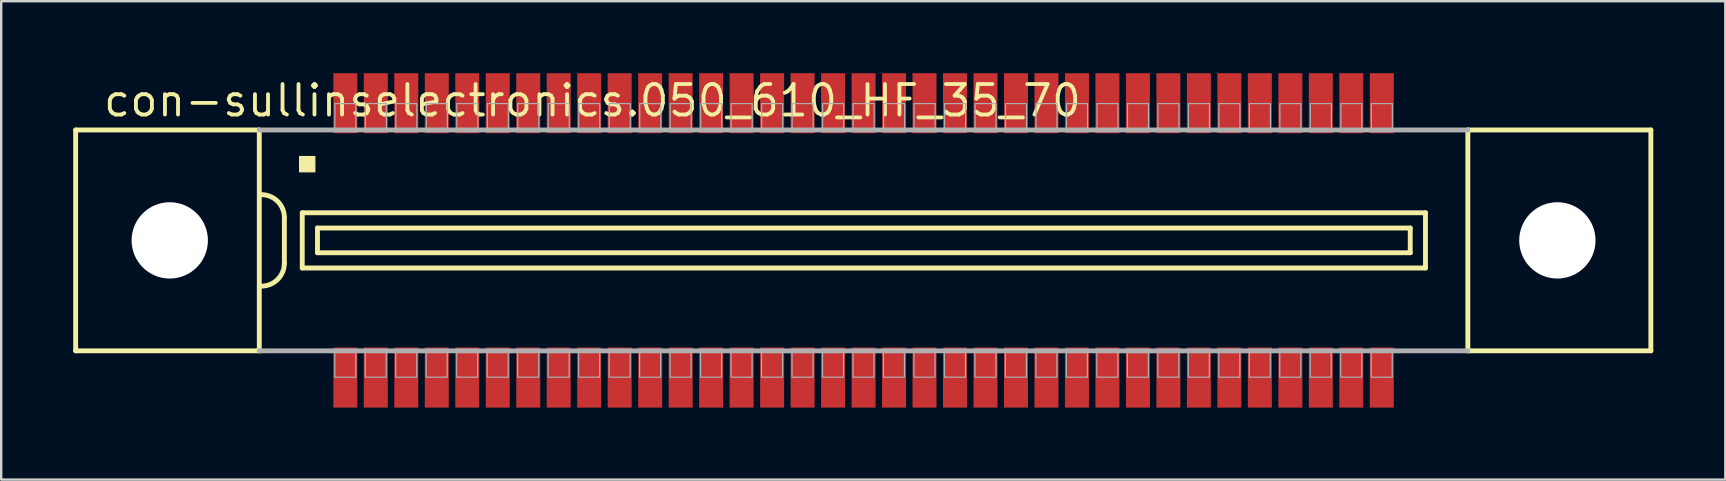
<source format=kicad_pcb>
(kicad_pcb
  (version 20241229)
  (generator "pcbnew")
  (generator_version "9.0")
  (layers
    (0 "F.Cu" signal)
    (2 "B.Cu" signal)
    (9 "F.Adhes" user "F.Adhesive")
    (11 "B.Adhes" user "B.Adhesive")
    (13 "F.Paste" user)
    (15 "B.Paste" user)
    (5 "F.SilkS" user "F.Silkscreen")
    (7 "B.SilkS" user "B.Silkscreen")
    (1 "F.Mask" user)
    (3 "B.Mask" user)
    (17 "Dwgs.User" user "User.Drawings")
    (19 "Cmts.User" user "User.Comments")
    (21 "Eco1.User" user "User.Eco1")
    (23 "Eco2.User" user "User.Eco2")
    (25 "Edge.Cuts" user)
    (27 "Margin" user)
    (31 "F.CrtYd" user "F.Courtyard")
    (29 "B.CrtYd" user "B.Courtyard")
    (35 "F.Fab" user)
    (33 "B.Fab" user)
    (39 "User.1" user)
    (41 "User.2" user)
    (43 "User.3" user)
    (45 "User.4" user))
  (footprint "con-sullinselectronics.050_610_HF_35_70"
    (layer "F.Cu")
    (at 32.927 6.965)
    (property "Reference" "con-sullinselectronics.050_610_HF_35_70" (at -31.75 -5.08 0) (layer "F.SilkS") (effects (font (size 1.27 1.27) (thickness 0.16)) (justify left bottom)))
    (attr smd)
    (fp_line (start -32.825 -4.6) (end -32.825 4.6) (stroke (width 0.203) (type default)) (layer "F.SilkS"))
    (fp_line (start -32.825 4.6) (end -25.175 4.6) (stroke (width 0.203) (type default)) (layer "F.SilkS"))
    (fp_line (start -25.175 -4.6) (end -32.825 -4.6) (stroke (width 0.203) (type default)) (layer "F.SilkS"))
    (fp_line (start -25.175 -4.6) (end -25.175 4.6) (stroke (width 0.203) (type default)) (layer "F.SilkS"))
    (fp_line (start -24.13 -0.953) (end -24.13 0.953) (stroke (width 0.203) (type default)) (layer "F.SilkS"))
    (fp_line (start -23.385 -1.15) (end -23.385 1.15) (stroke (width 0.203) (type default)) (layer "F.SilkS"))
    (fp_line (start -23.385 1.15) (end 23.41 1.15) (stroke (width 0.203) (type default)) (layer "F.SilkS"))
    (fp_line (start -22.75 -0.515) (end -22.75 0.515) (stroke (width 0.203) (type default)) (layer "F.SilkS"))
    (fp_line (start -22.75 0.515) (end 22.775 0.515) (stroke (width 0.203) (type default)) (layer "F.SilkS"))
    (fp_line (start 22.775 -0.515) (end -22.75 -0.515) (stroke (width 0.203) (type default)) (layer "F.SilkS"))
    (fp_line (start 22.775 0.515) (end 22.775 -0.515) (stroke (width 0.203) (type default)) (layer "F.SilkS"))
    (fp_line (start 23.41 -1.15) (end -23.385 -1.15) (stroke (width 0.203) (type default)) (layer "F.SilkS"))
    (fp_line (start 23.41 1.15) (end 23.41 -1.15) (stroke (width 0.203) (type default)) (layer "F.SilkS"))
    (fp_line (start 25.175 4.6) (end 25.175 -4.6) (stroke (width 0.203) (type default)) (layer "F.SilkS"))
    (fp_line (start 25.175 4.6) (end 32.8 4.6) (stroke (width 0.203) (type default)) (layer "F.SilkS"))
    (fp_line (start 32.8 -4.6) (end 25.175 -4.6) (stroke (width 0.203) (type default)) (layer "F.SilkS"))
    (fp_line (start 32.8 4.6) (end 32.8 -4.6) (stroke (width 0.203) (type default)) (layer "F.SilkS"))
    (fp_rect (start -23.495 -2.857) (end -22.86 -3.493) (stroke (width 0.05) (type default)) (fill yes) (layer "F.SilkS"))
    (fp_arc (start -25.0825 -1.905) (mid -24.408981 -1.626019) (end -24.13 -0.9525) (stroke (width 0.2032) (type default)) (layer "F.SilkS"))
    (fp_arc (start -24.13 0.9525) (mid -24.40901 1.62599) (end -25.0825 1.905) (stroke (width 0.2032) (type default)) (layer "F.SilkS"))
    (fp_line (start -25.175 4.6) (end 25.175 4.6) (stroke (width 0.203) (type default)) (layer "F.Fab"))
    (fp_line (start 25.175 -4.6) (end -25.175 -4.6) (stroke (width 0.203) (type default)) (layer "F.Fab"))
    (fp_rect (start -22.03 5.7) (end -21.155 4.65) (stroke (width 0.05) (type default)) (fill no) (layer "F.Fab"))
    (fp_rect (start -22.025 -4.65) (end -21.15 -5.7) (stroke (width 0.05) (type default)) (fill no) (layer "F.Fab"))
    (fp_rect (start -20.76 5.7) (end -19.885 4.65) (stroke (width 0.05) (type default)) (fill no) (layer "F.Fab"))
    (fp_rect (start -20.755 -4.65) (end -19.88 -5.7) (stroke (width 0.05) (type default)) (fill no) (layer "F.Fab"))
    (fp_rect (start -19.49 5.7) (end -18.615 4.65) (stroke (width 0.05) (type default)) (fill no) (layer "F.Fab"))
    (fp_rect (start -19.485 -4.65) (end -18.61 -5.7) (stroke (width 0.05) (type default)) (fill no) (layer "F.Fab"))
    (fp_rect (start -18.22 5.7) (end -17.345 4.65) (stroke (width 0.05) (type default)) (fill no) (layer "F.Fab"))
    (fp_rect (start -18.215 -4.65) (end -17.34 -5.7) (stroke (width 0.05) (type default)) (fill no) (layer "F.Fab"))
    (fp_rect (start -16.95 5.7) (end -16.075 4.65) (stroke (width 0.05) (type default)) (fill no) (layer "F.Fab"))
    (fp_rect (start -16.945 -4.65) (end -16.07 -5.7) (stroke (width 0.05) (type default)) (fill no) (layer "F.Fab"))
    (fp_rect (start -15.68 5.7) (end -14.805 4.65) (stroke (width 0.05) (type default)) (fill no) (layer "F.Fab"))
    (fp_rect (start -15.675 -4.65) (end -14.8 -5.7) (stroke (width 0.05) (type default)) (fill no) (layer "F.Fab"))
    (fp_rect (start -14.41 5.7) (end -13.535 4.65) (stroke (width 0.05) (type default)) (fill no) (layer "F.Fab"))
    (fp_rect (start -14.405 -4.65) (end -13.53 -5.7) (stroke (width 0.05) (type default)) (fill no) (layer "F.Fab"))
    (fp_rect (start -13.14 5.7) (end -12.265 4.65) (stroke (width 0.05) (type default)) (fill no) (layer "F.Fab"))
    (fp_rect (start -13.135 -4.65) (end -12.26 -5.7) (stroke (width 0.05) (type default)) (fill no) (layer "F.Fab"))
    (fp_rect (start -11.87 5.7) (end -10.995 4.65) (stroke (width 0.05) (type default)) (fill no) (layer "F.Fab"))
    (fp_rect (start -11.865 -4.65) (end -10.99 -5.7) (stroke (width 0.05) (type default)) (fill no) (layer "F.Fab"))
    (fp_rect (start -10.6 5.7) (end -9.725 4.65) (stroke (width 0.05) (type default)) (fill no) (layer "F.Fab"))
    (fp_rect (start -10.595 -4.65) (end -9.72 -5.7) (stroke (width 0.05) (type default)) (fill no) (layer "F.Fab"))
    (fp_rect (start -9.33 5.7) (end -8.455 4.65) (stroke (width 0.05) (type default)) (fill no) (layer "F.Fab"))
    (fp_rect (start -9.325 -4.65) (end -8.45 -5.7) (stroke (width 0.05) (type default)) (fill no) (layer "F.Fab"))
    (fp_rect (start -8.06 5.7) (end -7.185 4.65) (stroke (width 0.05) (type default)) (fill no) (layer "F.Fab"))
    (fp_rect (start -8.055 -4.65) (end -7.18 -5.7) (stroke (width 0.05) (type default)) (fill no) (layer "F.Fab"))
    (fp_rect (start -6.79 5.7) (end -5.915 4.65) (stroke (width 0.05) (type default)) (fill no) (layer "F.Fab"))
    (fp_rect (start -6.785 -4.65) (end -5.91 -5.7) (stroke (width 0.05) (type default)) (fill no) (layer "F.Fab"))
    (fp_rect (start -5.52 5.7) (end -4.645 4.65) (stroke (width 0.05) (type default)) (fill no) (layer "F.Fab"))
    (fp_rect (start -5.515 -4.65) (end -4.64 -5.7) (stroke (width 0.05) (type default)) (fill no) (layer "F.Fab"))
    (fp_rect (start -4.25 5.7) (end -3.375 4.65) (stroke (width 0.05) (type default)) (fill no) (layer "F.Fab"))
    (fp_rect (start -4.245 -4.65) (end -3.37 -5.7) (stroke (width 0.05) (type default)) (fill no) (layer "F.Fab"))
    (fp_rect (start -2.98 5.7) (end -2.105 4.65) (stroke (width 0.05) (type default)) (fill no) (layer "F.Fab"))
    (fp_rect (start -2.975 -4.65) (end -2.1 -5.7) (stroke (width 0.05) (type default)) (fill no) (layer "F.Fab"))
    (fp_rect (start -1.71 5.7) (end -0.835 4.65) (stroke (width 0.05) (type default)) (fill no) (layer "F.Fab"))
    (fp_rect (start -1.705 -4.65) (end -0.83 -5.7) (stroke (width 0.05) (type default)) (fill no) (layer "F.Fab"))
    (fp_rect (start -0.44 5.7) (end 0.435 4.65) (stroke (width 0.05) (type default)) (fill no) (layer "F.Fab"))
    (fp_rect (start -0.435 -4.65) (end 0.44 -5.7) (stroke (width 0.05) (type default)) (fill no) (layer "F.Fab"))
    (fp_rect (start 0.83 5.7) (end 1.705 4.65) (stroke (width 0.05) (type default)) (fill no) (layer "F.Fab"))
    (fp_rect (start 0.835 -4.65) (end 1.71 -5.7) (stroke (width 0.05) (type default)) (fill no) (layer "F.Fab"))
    (fp_rect (start 2.1 5.7) (end 2.975 4.65) (stroke (width 0.05) (type default)) (fill no) (layer "F.Fab"))
    (fp_rect (start 2.105 -4.65) (end 2.98 -5.7) (stroke (width 0.05) (type default)) (fill no) (layer "F.Fab"))
    (fp_rect (start 3.37 5.7) (end 4.245 4.65) (stroke (width 0.05) (type default)) (fill no) (layer "F.Fab"))
    (fp_rect (start 3.375 -4.65) (end 4.25 -5.7) (stroke (width 0.05) (type default)) (fill no) (layer "F.Fab"))
    (fp_rect (start 4.64 5.7) (end 5.515 4.65) (stroke (width 0.05) (type default)) (fill no) (layer "F.Fab"))
    (fp_rect (start 4.645 -4.65) (end 5.52 -5.7) (stroke (width 0.05) (type default)) (fill no) (layer "F.Fab"))
    (fp_rect (start 5.91 5.7) (end 6.785 4.65) (stroke (width 0.05) (type default)) (fill no) (layer "F.Fab"))
    (fp_rect (start 5.915 -4.65) (end 6.79 -5.7) (stroke (width 0.05) (type default)) (fill no) (layer "F.Fab"))
    (fp_rect (start 7.18 5.7) (end 8.055 4.65) (stroke (width 0.05) (type default)) (fill no) (layer "F.Fab"))
    (fp_rect (start 7.185 -4.65) (end 8.06 -5.7) (stroke (width 0.05) (type default)) (fill no) (layer "F.Fab"))
    (fp_rect (start 8.45 5.7) (end 9.325 4.65) (stroke (width 0.05) (type default)) (fill no) (layer "F.Fab"))
    (fp_rect (start 8.455 -4.65) (end 9.33 -5.7) (stroke (width 0.05) (type default)) (fill no) (layer "F.Fab"))
    (fp_rect (start 9.72 5.7) (end 10.595 4.65) (stroke (width 0.05) (type default)) (fill no) (layer "F.Fab"))
    (fp_rect (start 9.725 -4.65) (end 10.6 -5.7) (stroke (width 0.05) (type default)) (fill no) (layer "F.Fab"))
    (fp_rect (start 10.99 5.7) (end 11.865 4.65) (stroke (width 0.05) (type default)) (fill no) (layer "F.Fab"))
    (fp_rect (start 10.995 -4.65) (end 11.87 -5.7) (stroke (width 0.05) (type default)) (fill no) (layer "F.Fab"))
    (fp_rect (start 12.26 5.7) (end 13.135 4.65) (stroke (width 0.05) (type default)) (fill no) (layer "F.Fab"))
    (fp_rect (start 12.265 -4.65) (end 13.14 -5.7) (stroke (width 0.05) (type default)) (fill no) (layer "F.Fab"))
    (fp_rect (start 13.53 5.7) (end 14.405 4.65) (stroke (width 0.05) (type default)) (fill no) (layer "F.Fab"))
    (fp_rect (start 13.535 -4.65) (end 14.41 -5.7) (stroke (width 0.05) (type default)) (fill no) (layer "F.Fab"))
    (fp_rect (start 14.8 5.7) (end 15.675 4.65) (stroke (width 0.05) (type default)) (fill no) (layer "F.Fab"))
    (fp_rect (start 14.805 -4.65) (end 15.68 -5.7) (stroke (width 0.05) (type default)) (fill no) (layer "F.Fab"))
    (fp_rect (start 16.07 5.7) (end 16.945 4.65) (stroke (width 0.05) (type default)) (fill no) (layer "F.Fab"))
    (fp_rect (start 16.075 -4.65) (end 16.95 -5.7) (stroke (width 0.05) (type default)) (fill no) (layer "F.Fab"))
    (fp_rect (start 17.34 5.7) (end 18.215 4.65) (stroke (width 0.05) (type default)) (fill no) (layer "F.Fab"))
    (fp_rect (start 17.345 -4.65) (end 18.22 -5.7) (stroke (width 0.05) (type default)) (fill no) (layer "F.Fab"))
    (fp_rect (start 18.61 5.7) (end 19.485 4.65) (stroke (width 0.05) (type default)) (fill no) (layer "F.Fab"))
    (fp_rect (start 18.615 -4.65) (end 19.49 -5.7) (stroke (width 0.05) (type default)) (fill no) (layer "F.Fab"))
    (fp_rect (start 19.88 5.7) (end 20.755 4.65) (stroke (width 0.05) (type default)) (fill no) (layer "F.Fab"))
    (fp_rect (start 19.885 -4.65) (end 20.76 -5.7) (stroke (width 0.05) (type default)) (fill no) (layer "F.Fab"))
    (fp_rect (start 21.15 5.7) (end 22.025 4.65) (stroke (width 0.05) (type default)) (fill no) (layer "F.Fab"))
    (fp_rect (start 21.155 -4.65) (end 22.03 -5.7) (stroke (width 0.05) (type default)) (fill no) (layer "F.Fab"))
    (pad "" np_thru_hole circle (at -28.905 0) (size 3.18 3.18) (drill 3.18) (layers "*.Cu" "*.Mask"))
    (pad "" np_thru_hole circle (at 28.905 0) (size 3.18 3.18) (drill 3.18) (layers "*.Cu" "*.Mask"))
    (pad "1" smd roundrect (at -21.59 -5.715) (size 1 2.5) (layers "F.Cu" "F.Mask" "F.Paste") (roundrect_rratio 0.01))
    (pad "2" smd roundrect (at -20.32 -5.715) (size 1 2.5) (layers "F.Cu" "F.Mask" "F.Paste") (roundrect_rratio 0.01))
    (pad "3" smd roundrect (at -19.05 -5.715) (size 1 2.5) (layers "F.Cu" "F.Mask" "F.Paste") (roundrect_rratio 0.01))
    (pad "4" smd roundrect (at -17.78 -5.715) (size 1 2.5) (layers "F.Cu" "F.Mask" "F.Paste") (roundrect_rratio 0.01))
    (pad "5" smd roundrect (at -16.51 -5.715) (size 1 2.5) (layers "F.Cu" "F.Mask" "F.Paste") (roundrect_rratio 0.01))
    (pad "6" smd roundrect (at -15.24 -5.715) (size 1 2.5) (layers "F.Cu" "F.Mask" "F.Paste") (roundrect_rratio 0.01))
    (pad "7" smd roundrect (at -13.97 -5.715) (size 1 2.5) (layers "F.Cu" "F.Mask" "F.Paste") (roundrect_rratio 0.01))
    (pad "8" smd roundrect (at -12.7 -5.715) (size 1 2.5) (layers "F.Cu" "F.Mask" "F.Paste") (roundrect_rratio 0.01))
    (pad "9" smd roundrect (at -11.43 -5.715) (size 1 2.5) (layers "F.Cu" "F.Mask" "F.Paste") (roundrect_rratio 0.01))
    (pad "10" smd roundrect (at -10.16 -5.715) (size 1 2.5) (layers "F.Cu" "F.Mask" "F.Paste") (roundrect_rratio 0.01))
    (pad "11" smd roundrect (at -8.89 -5.715 180) (size 1 2.5) (layers "F.Cu" "F.Mask" "F.Paste") (roundrect_rratio 0.01))
    (pad "12" smd roundrect (at -7.62 -5.715 180) (size 1 2.5) (layers "F.Cu" "F.Mask" "F.Paste") (roundrect_rratio 0.01))
    (pad "13" smd roundrect (at -6.35 -5.715 180) (size 1 2.5) (layers "F.Cu" "F.Mask" "F.Paste") (roundrect_rratio 0.01))
    (pad "14" smd roundrect (at -5.08 -5.715 180) (size 1 2.5) (layers "F.Cu" "F.Mask" "F.Paste") (roundrect_rratio 0.01))
    (pad "15" smd roundrect (at -3.81 -5.715 180) (size 1 2.5) (layers "F.Cu" "F.Mask" "F.Paste") (roundrect_rratio 0.01))
    (pad "16" smd roundrect (at -2.54 -5.715 180) (size 1 2.5) (layers "F.Cu" "F.Mask" "F.Paste") (roundrect_rratio 0.01))
    (pad "17" smd roundrect (at -1.27 -5.715 180) (size 1 2.5) (layers "F.Cu" "F.Mask" "F.Paste") (roundrect_rratio 0.01))
    (pad "18" smd roundrect (at 0 -5.715 180) (size 1 2.5) (layers "F.Cu" "F.Mask" "F.Paste") (roundrect_rratio 0.01))
    (pad "19" smd roundrect (at 1.27 -5.715 180) (size 1 2.5) (layers "F.Cu" "F.Mask" "F.Paste") (roundrect_rratio 0.01))
    (pad "20" smd roundrect (at 2.54 -5.715 180) (size 1 2.5) (layers "F.Cu" "F.Mask" "F.Paste") (roundrect_rratio 0.01))
    (pad "21" smd roundrect (at 3.81 -5.715 180) (size 1 2.5) (layers "F.Cu" "F.Mask" "F.Paste") (roundrect_rratio 0.01))
    (pad "22" smd roundrect (at 5.08 -5.715 180) (size 1 2.5) (layers "F.Cu" "F.Mask" "F.Paste") (roundrect_rratio 0.01))
    (pad "23" smd roundrect (at 6.35 -5.715 180) (size 1 2.5) (layers "F.Cu" "F.Mask" "F.Paste") (roundrect_rratio 0.01))
    (pad "24" smd roundrect (at 7.62 -5.715 180) (size 1 2.5) (layers "F.Cu" "F.Mask" "F.Paste") (roundrect_rratio 0.01))
    (pad "25" smd roundrect (at 8.89 -5.715 180) (size 1 2.5) (layers "F.Cu" "F.Mask" "F.Paste") (roundrect_rratio 0.01))
    (pad "26" smd roundrect (at 10.16 -5.715 180) (size 1 2.5) (layers "F.Cu" "F.Mask" "F.Paste") (roundrect_rratio 0.01))
    (pad "27" smd roundrect (at 11.43 -5.715 180) (size 1 2.5) (layers "F.Cu" "F.Mask" "F.Paste") (roundrect_rratio 0.01))
    (pad "28" smd roundrect (at 12.7 -5.715 180) (size 1 2.5) (layers "F.Cu" "F.Mask" "F.Paste") (roundrect_rratio 0.01))
    (pad "29" smd roundrect (at 13.97 -5.715 180) (size 1 2.5) (layers "F.Cu" "F.Mask" "F.Paste") (roundrect_rratio 0.01))
    (pad "30" smd roundrect (at 15.24 -5.715 180) (size 1 2.5) (layers "F.Cu" "F.Mask" "F.Paste") (roundrect_rratio 0.01))
    (pad "31" smd roundrect (at 16.51 -5.715 180) (size 1 2.5) (layers "F.Cu" "F.Mask" "F.Paste") (roundrect_rratio 0.01))
    (pad "32" smd roundrect (at 17.78 -5.715 180) (size 1 2.5) (layers "F.Cu" "F.Mask" "F.Paste") (roundrect_rratio 0.01))
    (pad "33" smd roundrect (at 19.05 -5.715 180) (size 1 2.5) (layers "F.Cu" "F.Mask" "F.Paste") (roundrect_rratio 0.01))
    (pad "34" smd roundrect (at 20.32 -5.715 180) (size 1 2.5) (layers "F.Cu" "F.Mask" "F.Paste") (roundrect_rratio 0.01))
    (pad "35" smd roundrect (at 21.59 -5.715 180) (size 1 2.5) (layers "F.Cu" "F.Mask" "F.Paste") (roundrect_rratio 0.01))
    (pad "36" smd roundrect (at -21.59 5.715) (size 1 2.5) (layers "F.Cu" "F.Mask" "F.Paste") (roundrect_rratio 0.01))
    (pad "37" smd roundrect (at -20.32 5.715) (size 1 2.5) (layers "F.Cu" "F.Mask" "F.Paste") (roundrect_rratio 0.01))
    (pad "38" smd roundrect (at -19.05 5.715) (size 1 2.5) (layers "F.Cu" "F.Mask" "F.Paste") (roundrect_rratio 0.01))
    (pad "39" smd roundrect (at -17.78 5.715) (size 1 2.5) (layers "F.Cu" "F.Mask" "F.Paste") (roundrect_rratio 0.01))
    (pad "40" smd roundrect (at -16.51 5.715) (size 1 2.5) (layers "F.Cu" "F.Mask" "F.Paste") (roundrect_rratio 0.01))
    (pad "41" smd roundrect (at -15.24 5.715) (size 1 2.5) (layers "F.Cu" "F.Mask" "F.Paste") (roundrect_rratio 0.01))
    (pad "42" smd roundrect (at -13.97 5.715) (size 1 2.5) (layers "F.Cu" "F.Mask" "F.Paste") (roundrect_rratio 0.01))
    (pad "43" smd roundrect (at -12.7 5.715) (size 1 2.5) (layers "F.Cu" "F.Mask" "F.Paste") (roundrect_rratio 0.01))
    (pad "44" smd roundrect (at -11.43 5.715) (size 1 2.5) (layers "F.Cu" "F.Mask" "F.Paste") (roundrect_rratio 0.01))
    (pad "45" smd roundrect (at -10.16 5.715) (size 1 2.5) (layers "F.Cu" "F.Mask" "F.Paste") (roundrect_rratio 0.01))
    (pad "46" smd roundrect (at -8.89 5.715) (size 1 2.5) (layers "F.Cu" "F.Mask" "F.Paste") (roundrect_rratio 0.01))
    (pad "47" smd roundrect (at -7.62 5.715) (size 1 2.5) (layers "F.Cu" "F.Mask" "F.Paste") (roundrect_rratio 0.01))
    (pad "48" smd roundrect (at -6.35 5.715) (size 1 2.5) (layers "F.Cu" "F.Mask" "F.Paste") (roundrect_rratio 0.01))
    (pad "49" smd roundrect (at -5.08 5.715) (size 1 2.5) (layers "F.Cu" "F.Mask" "F.Paste") (roundrect_rratio 0.01))
    (pad "50" smd roundrect (at -3.81 5.715) (size 1 2.5) (layers "F.Cu" "F.Mask" "F.Paste") (roundrect_rratio 0.01))
    (pad "51" smd roundrect (at -2.54 5.715) (size 1 2.5) (layers "F.Cu" "F.Mask" "F.Paste") (roundrect_rratio 0.01))
    (pad "52" smd roundrect (at -1.27 5.715) (size 1 2.5) (layers "F.Cu" "F.Mask" "F.Paste") (roundrect_rratio 0.01))
    (pad "53" smd roundrect (at 0 5.715) (size 1 2.5) (layers "F.Cu" "F.Mask" "F.Paste") (roundrect_rratio 0.01))
    (pad "54" smd roundrect (at 1.27 5.715) (size 1 2.5) (layers "F.Cu" "F.Mask" "F.Paste") (roundrect_rratio 0.01))
    (pad "55" smd roundrect (at 2.54 5.715) (size 1 2.5) (layers "F.Cu" "F.Mask" "F.Paste") (roundrect_rratio 0.01))
    (pad "56" smd roundrect (at 3.81 5.715) (size 1 2.5) (layers "F.Cu" "F.Mask" "F.Paste") (roundrect_rratio 0.01))
    (pad "57" smd roundrect (at 5.08 5.715) (size 1 2.5) (layers "F.Cu" "F.Mask" "F.Paste") (roundrect_rratio 0.01))
    (pad "58" smd roundrect (at 6.35 5.715) (size 1 2.5) (layers "F.Cu" "F.Mask" "F.Paste") (roundrect_rratio 0.01))
    (pad "59" smd roundrect (at 7.62 5.715) (size 1 2.5) (layers "F.Cu" "F.Mask" "F.Paste") (roundrect_rratio 0.01))
    (pad "60" smd roundrect (at 8.89 5.715) (size 1 2.5) (layers "F.Cu" "F.Mask" "F.Paste") (roundrect_rratio 0.01))
    (pad "61" smd roundrect (at 10.16 5.715) (size 1 2.5) (layers "F.Cu" "F.Mask" "F.Paste") (roundrect_rratio 0.01))
    (pad "62" smd roundrect (at 11.43 5.715) (size 1 2.5) (layers "F.Cu" "F.Mask" "F.Paste") (roundrect_rratio 0.01))
    (pad "63" smd roundrect (at 12.7 5.715) (size 1 2.5) (layers "F.Cu" "F.Mask" "F.Paste") (roundrect_rratio 0.01))
    (pad "64" smd roundrect (at 13.97 5.715) (size 1 2.5) (layers "F.Cu" "F.Mask" "F.Paste") (roundrect_rratio 0.01))
    (pad "65" smd roundrect (at 15.24 5.715) (size 1 2.5) (layers "F.Cu" "F.Mask" "F.Paste") (roundrect_rratio 0.01))
    (pad "66" smd roundrect (at 16.51 5.715) (size 1 2.5) (layers "F.Cu" "F.Mask" "F.Paste") (roundrect_rratio 0.01))
    (pad "67" smd roundrect (at 17.78 5.715) (size 1 2.5) (layers "F.Cu" "F.Mask" "F.Paste") (roundrect_rratio 0.01))
    (pad "68" smd roundrect (at 19.05 5.715) (size 1 2.5) (layers "F.Cu" "F.Mask" "F.Paste") (roundrect_rratio 0.01))
    (pad "69" smd roundrect (at 20.32 5.715) (size 1 2.5) (layers "F.Cu" "F.Mask" "F.Paste") (roundrect_rratio 0.01))
    (pad "70" smd roundrect (at 21.59 5.715) (size 1 2.5) (layers "F.Cu" "F.Mask" "F.Paste") (roundrect_rratio 0.01)))
  (gr_rect
    (start -3 -3)
    (end 68.828 16.93)
    (stroke (width 0.1) (type default))
    (fill no)
    (layer "Edge.Cuts")))
</source>
